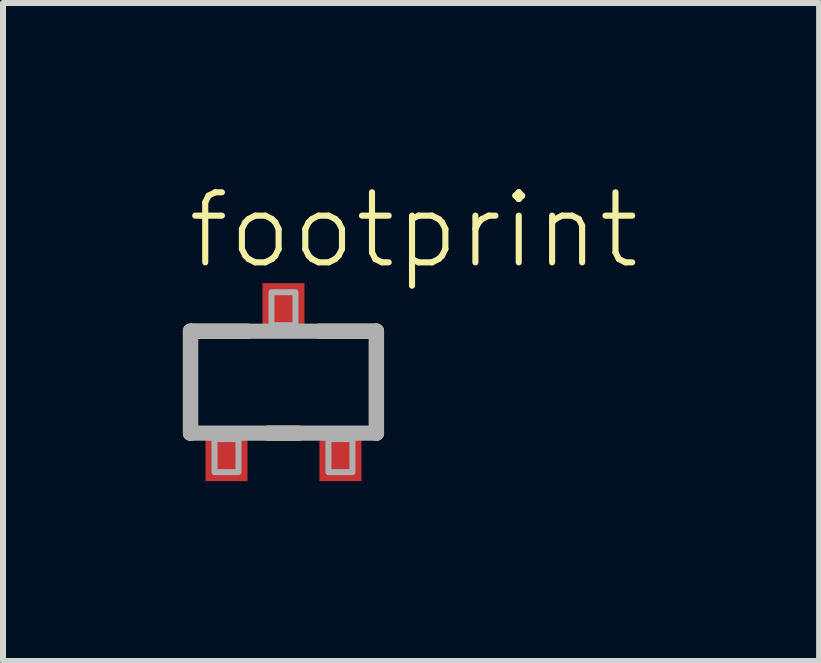
<source format=kicad_pcb>
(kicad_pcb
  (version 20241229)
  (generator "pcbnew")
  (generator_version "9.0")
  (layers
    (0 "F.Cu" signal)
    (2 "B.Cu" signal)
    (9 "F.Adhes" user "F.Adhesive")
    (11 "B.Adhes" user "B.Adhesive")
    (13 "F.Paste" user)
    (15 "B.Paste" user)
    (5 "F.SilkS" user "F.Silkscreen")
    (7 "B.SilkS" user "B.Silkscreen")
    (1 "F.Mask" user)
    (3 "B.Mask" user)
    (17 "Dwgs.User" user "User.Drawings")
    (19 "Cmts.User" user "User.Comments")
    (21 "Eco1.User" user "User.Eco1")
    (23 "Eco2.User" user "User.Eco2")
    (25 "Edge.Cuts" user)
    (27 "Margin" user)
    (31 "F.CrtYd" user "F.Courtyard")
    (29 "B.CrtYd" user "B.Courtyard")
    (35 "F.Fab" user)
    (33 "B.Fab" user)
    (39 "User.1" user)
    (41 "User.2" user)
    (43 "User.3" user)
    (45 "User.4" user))
  (footprint "footprint"
    (layer "F.Cu")
    (at 1.677 3.323)
    (property "Reference" "footprint" (at -1.65 -1.85 0) (layer "F.SilkS") (effects (font (size 1.168 1.168) (thickness 0.102)) (justify left bottom)))
    (fp_line (start -1.55 -0.85) (end -0.6 -0.85) (stroke (width 0.254) (type solid)) (layer "F.SilkS"))
    (fp_line (start -1.55 0.85) (end -1.55 -0.85) (stroke (width 0.254) (type solid)) (layer "F.SilkS"))
    (fp_line (start 0.25 0.85) (end -0.25 0.85) (stroke (width 0.254) (type solid)) (layer "F.SilkS"))
    (fp_line (start 0.6 -0.85) (end 1.55 -0.85) (stroke (width 0.254) (type solid)) (layer "F.SilkS"))
    (fp_line (start 1.55 -0.85) (end 1.55 0.85) (stroke (width 0.254) (type solid)) (layer "F.SilkS"))
    (fp_line (start -1.55 -0.85) (end 1.55 -0.85) (stroke (width 0.254) (type solid)) (layer "F.Fab"))
    (fp_line (start -1.55 0.85) (end -1.55 -0.85) (stroke (width 0.254) (type solid)) (layer "F.Fab"))
    (fp_line (start 1.55 -0.85) (end 1.55 0.85) (stroke (width 0.254) (type solid)) (layer "F.Fab"))
    (fp_line (start 1.55 0.85) (end -1.55 0.85) (stroke (width 0.254) (type solid)) (layer "F.Fab"))
    (fp_poly (pts (xy -1.15 1.5) (xy -0.75 1.5) (xy -0.75 0.95) (xy -1.15 0.95)) (stroke (width 0.1) (type solid)) (fill no) (layer "F.Fab"))
    (fp_poly (pts (xy -0.2 -0.95) (xy 0.2 -0.95) (xy 0.2 -1.5) (xy -0.2 -1.5)) (stroke (width 0.1) (type solid)) (fill no) (layer "F.Fab"))
    (fp_poly (pts (xy 0.75 1.5) (xy 1.15 1.5) (xy 1.15 0.95) (xy 0.75 0.95)) (stroke (width 0.1) (type solid)) (fill no) (layer "F.Fab"))
    (pad "1" smd rect (at -0.95 1.2) (size 0.7 0.9) (layers "F.Cu" "F.Mask" "F.Paste"))
    (pad "2" smd rect (at 0.95 1.2) (size 0.7 0.9) (layers "F.Cu" "F.Mask" "F.Paste"))
    (pad "3" smd rect (at 0 -1.2) (size 0.7 0.9) (layers "F.Cu" "F.Mask" "F.Paste")))
  (gr_rect
    (start -3 -3)
    (end 10.609 7.973)
    (stroke (width 0.1) (type default))
    (fill no)
    (layer "Edge.Cuts")))
</source>
